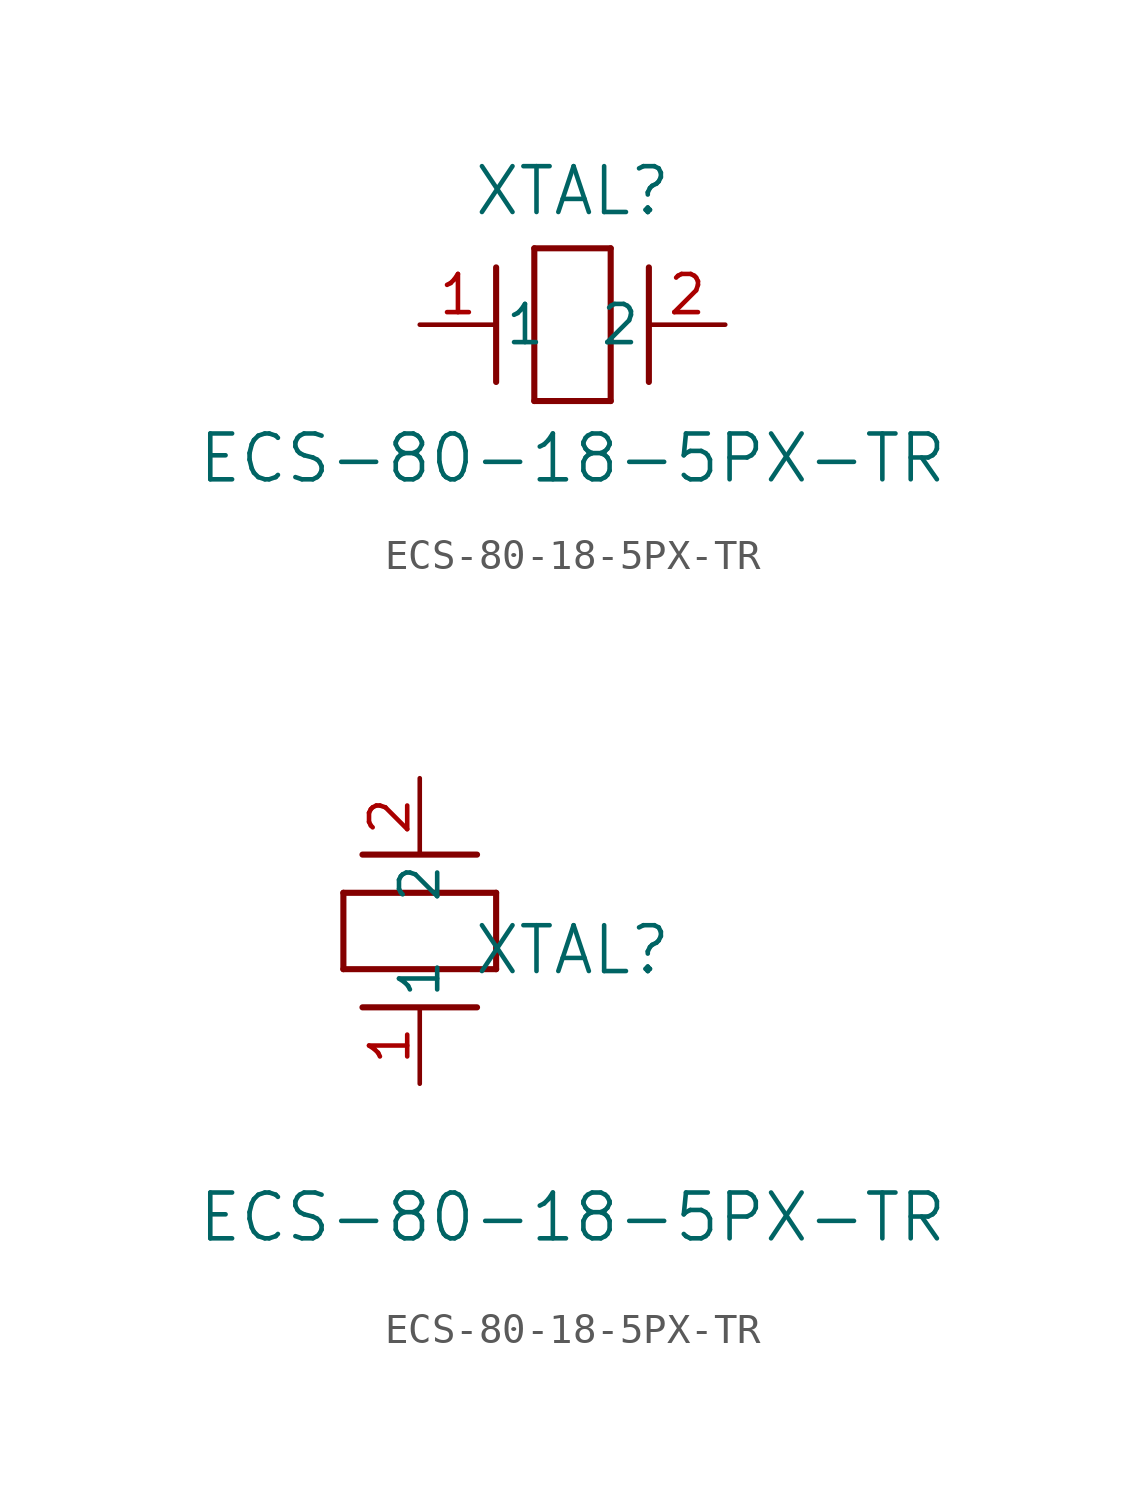
<source format=kicad_sym>
(kicad_symbol_lib
  (version 20211014)
  (generator kicad_symbol_editor)
  (symbol "ECS-80-18-5PX-TR"
    (pin_names
      (offset 0.254))
    (property "Reference" "XTAL"
      (at 5.08 4.445 0)
      (effects (font (size 1.524 1.524))))
    (property "Value" "ECS-80-18-5PX-TR"
      (at 5.08 -4.445 0)
      (effects (font (size 1.524 1.524))))
    (symbol "ECS-80-18-5PX-TR_1_1"
      (polyline (pts (xy 2.54 -1.905) (xy 2.54 1.905)) (stroke (width 0.203) (type default) (color 0 0 0 0)) (fill (type none)))
      (polyline (pts (xy 6.35 2.54) (xy 6.35 -2.54)) (stroke (width 0.203) (type default) (color 0 0 0 0)) (fill (type none)))
      (polyline (pts (xy 7.62 -1.905) (xy 7.62 1.905)) (stroke (width 0.203) (type default) (color 0 0 0 0)) (fill (type none)))
      (polyline (pts (xy 6.35 -2.54) (xy 3.81 -2.54)) (stroke (width 0.203) (type default) (color 0 0 0 0)) (fill (type none)))
      (polyline (pts (xy 3.81 2.54) (xy 6.35 2.54)) (stroke (width 0.203) (type default) (color 0 0 0 0)) (fill (type none)))
      (polyline (pts (xy 3.81 -2.54) (xy 3.81 2.54)) (stroke (width 0.203) (type default) (color 0 0 0 0)) (fill (type none)))
      (pin unspecified line (at 0 0 0) (length 2.54) (name "1" (effects (font (size 1.27 1.27)))) (number "1" (effects (font (size 1.27 1.27)))))
      (pin unspecified line (at 10.16 0 180) (length 2.54) (name "2" (effects (font (size 1.27 1.27)))) (number "2" (effects (font (size 1.27 1.27))))))
    (symbol "ECS-80-18-5PX-TR_1_2"
      (polyline (pts (xy 1.905 7.62) (xy -1.905 7.62)) (stroke (width 0.203) (type default) (color 0 0 0 0)) (fill (type none)))
      (polyline (pts (xy -2.54 3.81) (xy -2.54 6.35)) (stroke (width 0.203) (type default) (color 0 0 0 0)) (fill (type none)))
      (polyline (pts (xy 1.905 2.54) (xy -1.905 2.54)) (stroke (width 0.203) (type default) (color 0 0 0 0)) (fill (type none)))
      (polyline (pts (xy 2.54 6.35) (xy 2.54 3.81)) (stroke (width 0.203) (type default) (color 0 0 0 0)) (fill (type none)))
      (polyline (pts (xy -2.54 6.35) (xy 2.54 6.35)) (stroke (width 0.203) (type default) (color 0 0 0 0)) (fill (type none)))
      (polyline (pts (xy 2.54 3.81) (xy -2.54 3.81)) (stroke (width 0.203) (type default) (color 0 0 0 0)) (fill (type none)))
      (pin unspecified line (at 0 0 90) (length 2.54) (name "1" (effects (font (size 1.27 1.27)))) (number "1" (effects (font (size 1.27 1.27)))))
      (pin unspecified line (at 0 10.16 270) (length 2.54) (name "2" (effects (font (size 1.27 1.27)))) (number "2" (effects (font (size 1.27 1.27))))))))
</source>
